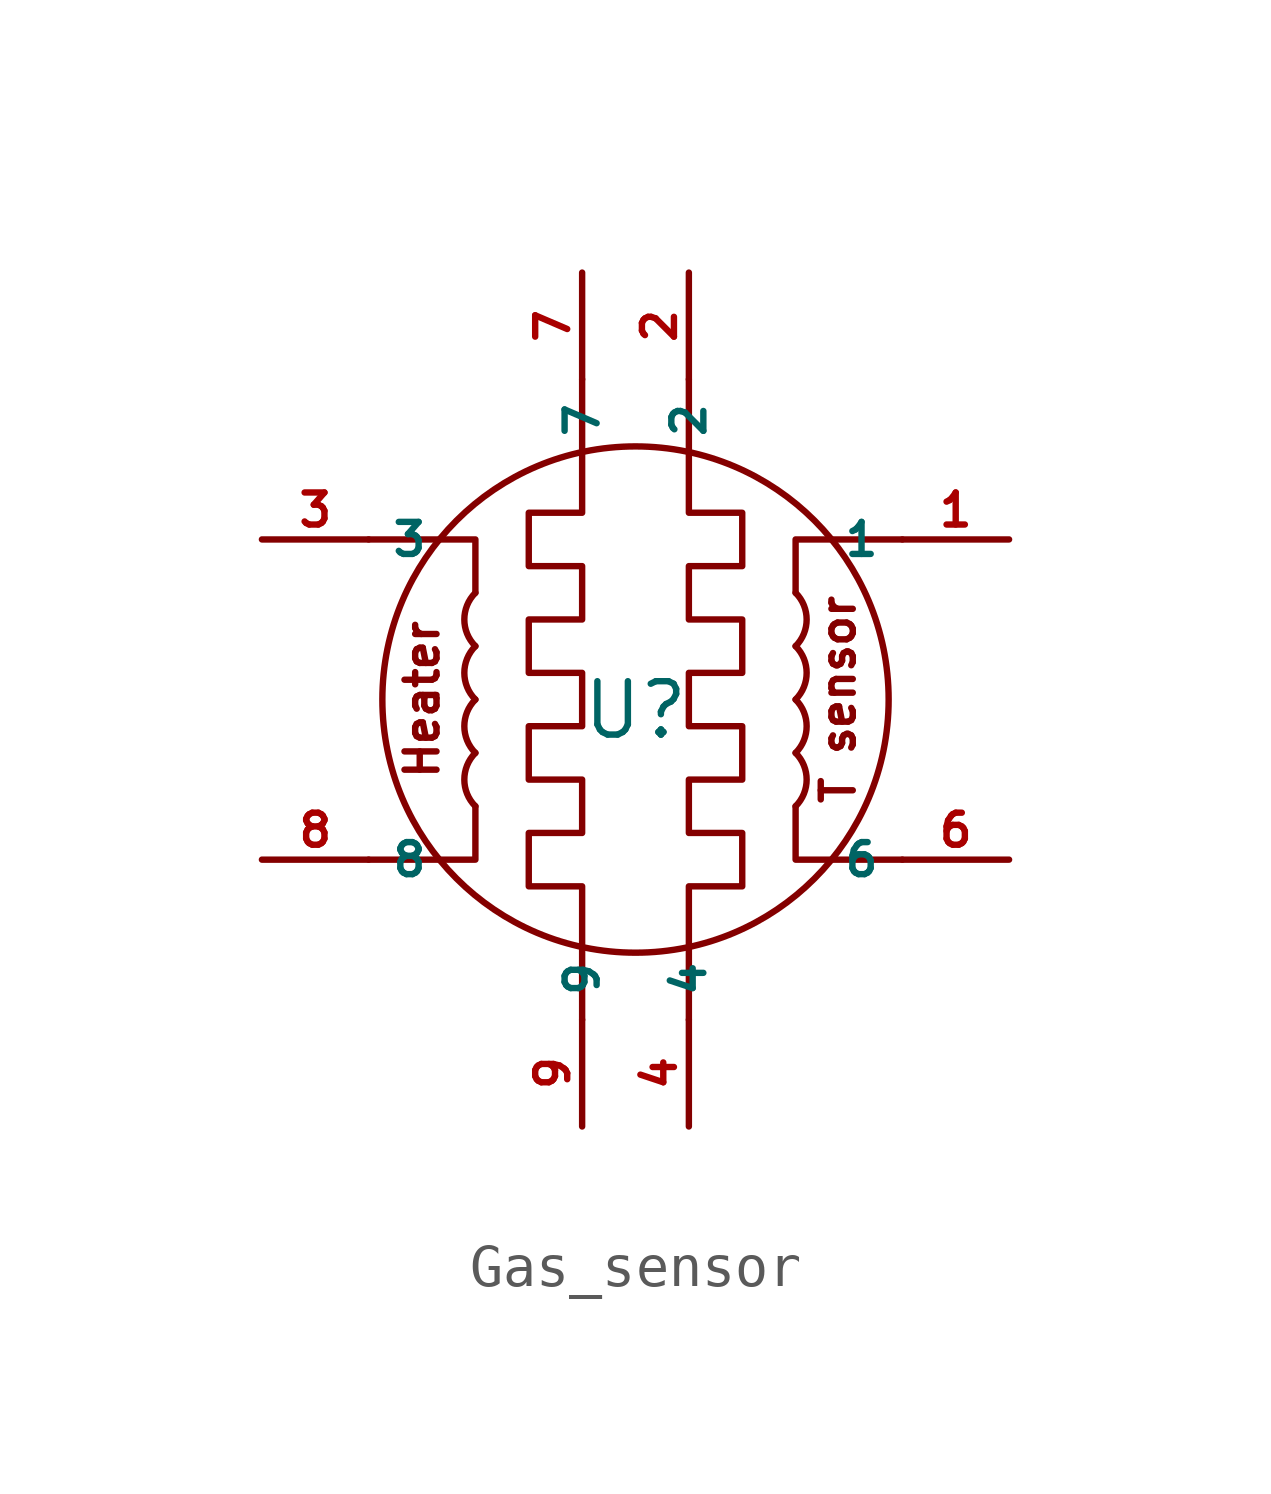
<source format=kicad_sym>
(kicad_symbol_lib
  (version 20241209)
  (generator "kicad_symbol_editor")
  (generator_version "9.0")
  (symbol "Gas_sensor"
    (property "Reference" "U"
      (at 0 -0.254 0)
      (effects (font (size 1.27 1.27))))
    (property "Value" ""
      (at 0 0 0)
      (effects (font (size 1.27 1.27))))
    (symbol "Gas_sensor_0_1"
      (polyline (pts (xy -6.35 -3.81) (xy -3.81 -3.81) (xy -3.81 -2.54)) (stroke (width 0) (type default)) (fill (type none)))
      (polyline (pts (xy -3.81 2.54) (xy -3.81 3.81) (xy -6.35 3.81)) (stroke (width 0) (type default)) (fill (type none)))
      (arc (start -3.81 1.27) (mid -4.073 1.905) (end -3.81 2.54) (stroke (width 0) (type default)) (fill (type none)))
      (arc (start -3.81 0) (mid -4.073 0.635) (end -3.81 1.27) (stroke (width 0) (type default)) (fill (type none)))
      (arc (start -3.81 -1.27) (mid -4.073 -0.635) (end -3.81 0) (stroke (width 0) (type default)) (fill (type none)))
      (arc (start -3.81 -2.54) (mid -4.073 -1.905) (end -3.81 -1.27) (stroke (width 0) (type default)) (fill (type none)))
      (polyline (pts (xy -1.27 7.62) (xy -1.27 4.445) (xy -2.54 4.445) (xy -2.54 3.175) (xy -1.27 3.175) (xy -1.27 1.905) (xy -2.54 1.905) (xy -2.54 0.635) (xy -1.27 0.635) (xy -1.27 -0.635) (xy -2.54 -0.635) (xy -2.54 -1.905) (xy -1.27 -1.905) (xy -1.27 -3.175) (xy -2.54 -3.175) (xy -2.54 -4.445) (xy -1.27 -4.445) (xy -1.27 -7.62)) (stroke (width 0) (type default)) (fill (type none)))
      (circle (center 0 0) (radius 6.024) (stroke (width 0) (type default)) (fill (type none)))
      (polyline (pts (xy 1.27 -7.62) (xy 1.27 -4.445) (xy 2.54 -4.445) (xy 2.54 -3.175) (xy 1.27 -3.175) (xy 1.27 -1.905) (xy 2.54 -1.905) (xy 2.54 -0.635) (xy 1.27 -0.635) (xy 1.27 0.635) (xy 2.54 0.635) (xy 2.54 1.905) (xy 1.27 1.905) (xy 1.27 3.175) (xy 2.54 3.175) (xy 2.54 4.445) (xy 1.27 4.445) (xy 1.27 7.62)) (stroke (width 0) (type default)) (fill (type none)))
      (arc (start 3.81 2.54) (mid 4.073 1.905) (end 3.81 1.27) (stroke (width 0) (type default)) (fill (type none)))
      (arc (start 3.81 1.27) (mid 4.073 0.635) (end 3.81 0) (stroke (width 0) (type default)) (fill (type none)))
      (arc (start 3.81 0) (mid 4.073 -0.635) (end 3.81 -1.27) (stroke (width 0) (type default)) (fill (type none)))
      (arc (start 3.81 -1.27) (mid 4.073 -1.905) (end 3.81 -2.54) (stroke (width 0) (type default)) (fill (type none)))
      (polyline (pts (xy 3.81 -2.54) (xy 3.81 -3.81) (xy 6.35 -3.81)) (stroke (width 0) (type default)) (fill (type none)))
      (polyline (pts (xy 6.35 3.81) (xy 3.81 3.81) (xy 3.81 2.54)) (stroke (width 0) (type default)) (fill (type none))))
    (symbol "Gas_sensor_1_1"
      (text "Heater" (at -5.08 0 900) (effects (font (size 0.762 0.762))))
      (text "T sensor" (at 4.826 0 900) (effects (font (size 0.762 0.762))))
      (pin bidirectional line (at -8.89 3.81 0) (length 2.54) (name "3" (effects (font (size 0.762 0.762)))) (number "3" (effects (font (size 0.762 0.762)))))
      (pin bidirectional line (at -8.89 -3.81 0) (length 2.54) (name "8" (effects (font (size 0.762 0.762)))) (number "8" (effects (font (size 0.762 0.762)))))
      (pin bidirectional line (at -1.27 10.16 270) (length 2.54) (name "7" (effects (font (size 0.762 0.762)))) (number "7" (effects (font (size 0.762 0.762)))))
      (pin bidirectional line (at -1.27 -10.16 90) (length 2.54) (name "9" (effects (font (size 0.762 0.762)))) (number "9" (effects (font (size 0.762 0.762)))))
      (pin bidirectional line (at 1.27 10.16 270) (length 2.54) (name "2" (effects (font (size 0.762 0.762)))) (number "2" (effects (font (size 0.762 0.762)))))
      (pin bidirectional line (at 1.27 -10.16 90) (length 2.54) (name "4" (effects (font (size 0.762 0.762)))) (number "4" (effects (font (size 0.762 0.762)))))
      (pin bidirectional line (at 8.89 3.81 180) (length 2.54) (name "1" (effects (font (size 0.762 0.762)))) (number "1" (effects (font (size 0.762 0.762)))))
      (pin bidirectional line (at 8.89 -3.81 180) (length 2.54) (name "6" (effects (font (size 0.762 0.762)))) (number "6" (effects (font (size 0.762 0.762))))))))
</source>
